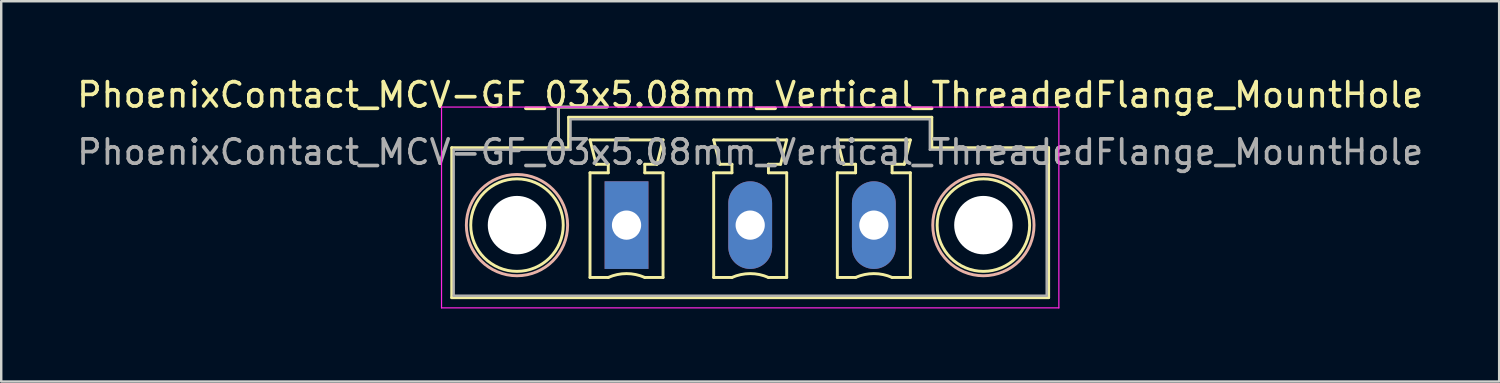
<source format=kicad_pcb>
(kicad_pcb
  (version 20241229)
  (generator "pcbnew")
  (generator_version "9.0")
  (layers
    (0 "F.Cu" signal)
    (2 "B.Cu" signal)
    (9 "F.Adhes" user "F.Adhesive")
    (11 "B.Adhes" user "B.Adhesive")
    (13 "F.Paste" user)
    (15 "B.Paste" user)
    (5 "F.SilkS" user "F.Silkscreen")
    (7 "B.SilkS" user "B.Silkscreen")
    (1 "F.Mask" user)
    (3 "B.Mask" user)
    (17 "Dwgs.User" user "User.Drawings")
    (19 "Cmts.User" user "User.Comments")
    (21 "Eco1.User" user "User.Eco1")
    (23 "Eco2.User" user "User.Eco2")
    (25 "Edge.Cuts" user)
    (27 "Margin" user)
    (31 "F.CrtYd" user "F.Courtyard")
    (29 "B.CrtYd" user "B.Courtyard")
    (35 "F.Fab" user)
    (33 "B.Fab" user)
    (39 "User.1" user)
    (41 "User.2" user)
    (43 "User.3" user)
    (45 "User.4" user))
  (footprint "PhoenixContact_MCV-GF_03x5.08mm_Vertical_ThreadedFlange_MountHole"
    (layer "F.Cu")
    (at 22.688 6.198)
    (property "Reference" "PhoenixContact_MCV-GF_03x5.08mm_Vertical_ThreadedFlange_MountHole" (at 5.08 -5.35 0) (layer "F.SilkS") (effects (font (size 1 1) (thickness 0.15))))
    (attr through_hole)
    (fp_line (start -7.18 -3.18) (end -7.18 2.98) (stroke (width 0.12) (type solid)) (layer "F.SilkS"))
    (fp_line (start -7.18 2.98) (end 17.34 2.98) (stroke (width 0.12) (type solid)) (layer "F.SilkS"))
    (fp_line (start -2.8 -4.85) (end -0.8 -4.85) (stroke (width 0.12) (type solid)) (layer "F.SilkS"))
    (fp_line (start -2.8 -3.6) (end -2.8 -4.85) (stroke (width 0.12) (type solid)) (layer "F.SilkS"))
    (fp_line (start -2.38 -4.43) (end -2.38 -3.18) (stroke (width 0.12) (type solid)) (layer "F.SilkS"))
    (fp_line (start -2.38 -3.18) (end -7.18 -3.18) (stroke (width 0.12) (type solid)) (layer "F.SilkS"))
    (fp_line (start -1.5 -3.5) (end 1.5 -3.5) (stroke (width 0.12) (type solid)) (layer "F.SilkS"))
    (fp_line (start -1.5 -2.15) (end -0.75 -2.15) (stroke (width 0.12) (type solid)) (layer "F.SilkS"))
    (fp_line (start -1.5 2.15) (end -1.5 -2.15) (stroke (width 0.12) (type solid)) (layer "F.SilkS"))
    (fp_line (start -1.25 -2.5) (end -1.5 -3.5) (stroke (width 0.12) (type solid)) (layer "F.SilkS"))
    (fp_line (start -0.75 -2.5) (end -1.25 -2.5) (stroke (width 0.12) (type solid)) (layer "F.SilkS"))
    (fp_line (start -0.75 -2.15) (end -0.75 -2.5) (stroke (width 0.12) (type solid)) (layer "F.SilkS"))
    (fp_line (start -0.75 2.15) (end -1.5 2.15) (stroke (width 0.12) (type solid)) (layer "F.SilkS"))
    (fp_line (start 0.75 -2.5) (end 0.75 -2.15) (stroke (width 0.12) (type solid)) (layer "F.SilkS"))
    (fp_line (start 0.75 -2.15) (end 1.5 -2.15) (stroke (width 0.12) (type solid)) (layer "F.SilkS"))
    (fp_line (start 1.25 -2.5) (end 0.75 -2.5) (stroke (width 0.12) (type solid)) (layer "F.SilkS"))
    (fp_line (start 1.5 -3.5) (end 1.25 -2.5) (stroke (width 0.12) (type solid)) (layer "F.SilkS"))
    (fp_line (start 1.5 -2.15) (end 1.5 2.15) (stroke (width 0.12) (type solid)) (layer "F.SilkS"))
    (fp_line (start 1.5 2.15) (end 0.75 2.15) (stroke (width 0.12) (type solid)) (layer "F.SilkS"))
    (fp_line (start 3.58 -3.5) (end 6.58 -3.5) (stroke (width 0.12) (type solid)) (layer "F.SilkS"))
    (fp_line (start 3.58 -2.15) (end 4.33 -2.15) (stroke (width 0.12) (type solid)) (layer "F.SilkS"))
    (fp_line (start 3.58 2.15) (end 3.58 -2.15) (stroke (width 0.12) (type solid)) (layer "F.SilkS"))
    (fp_line (start 3.83 -2.5) (end 3.58 -3.5) (stroke (width 0.12) (type solid)) (layer "F.SilkS"))
    (fp_line (start 4.33 -2.5) (end 3.83 -2.5) (stroke (width 0.12) (type solid)) (layer "F.SilkS"))
    (fp_line (start 4.33 -2.15) (end 4.33 -2.5) (stroke (width 0.12) (type solid)) (layer "F.SilkS"))
    (fp_line (start 4.33 2.15) (end 3.58 2.15) (stroke (width 0.12) (type solid)) (layer "F.SilkS"))
    (fp_line (start 5.83 -2.5) (end 5.83 -2.15) (stroke (width 0.12) (type solid)) (layer "F.SilkS"))
    (fp_line (start 5.83 -2.15) (end 6.58 -2.15) (stroke (width 0.12) (type solid)) (layer "F.SilkS"))
    (fp_line (start 6.33 -2.5) (end 5.83 -2.5) (stroke (width 0.12) (type solid)) (layer "F.SilkS"))
    (fp_line (start 6.58 -3.5) (end 6.33 -2.5) (stroke (width 0.12) (type solid)) (layer "F.SilkS"))
    (fp_line (start 6.58 -2.15) (end 6.58 2.15) (stroke (width 0.12) (type solid)) (layer "F.SilkS"))
    (fp_line (start 6.58 2.15) (end 5.83 2.15) (stroke (width 0.12) (type solid)) (layer "F.SilkS"))
    (fp_line (start 8.66 -3.5) (end 11.66 -3.5) (stroke (width 0.12) (type solid)) (layer "F.SilkS"))
    (fp_line (start 8.66 -2.15) (end 9.41 -2.15) (stroke (width 0.12) (type solid)) (layer "F.SilkS"))
    (fp_line (start 8.66 2.15) (end 8.66 -2.15) (stroke (width 0.12) (type solid)) (layer "F.SilkS"))
    (fp_line (start 8.91 -2.5) (end 8.66 -3.5) (stroke (width 0.12) (type solid)) (layer "F.SilkS"))
    (fp_line (start 9.41 -2.5) (end 8.91 -2.5) (stroke (width 0.12) (type solid)) (layer "F.SilkS"))
    (fp_line (start 9.41 -2.15) (end 9.41 -2.5) (stroke (width 0.12) (type solid)) (layer "F.SilkS"))
    (fp_line (start 9.41 2.15) (end 8.66 2.15) (stroke (width 0.12) (type solid)) (layer "F.SilkS"))
    (fp_line (start 10.91 -2.5) (end 10.91 -2.15) (stroke (width 0.12) (type solid)) (layer "F.SilkS"))
    (fp_line (start 10.91 -2.15) (end 11.66 -2.15) (stroke (width 0.12) (type solid)) (layer "F.SilkS"))
    (fp_line (start 11.41 -2.5) (end 10.91 -2.5) (stroke (width 0.12) (type solid)) (layer "F.SilkS"))
    (fp_line (start 11.66 -3.5) (end 11.41 -2.5) (stroke (width 0.12) (type solid)) (layer "F.SilkS"))
    (fp_line (start 11.66 -2.15) (end 11.66 2.15) (stroke (width 0.12) (type solid)) (layer "F.SilkS"))
    (fp_line (start 11.66 2.15) (end 10.91 2.15) (stroke (width 0.12) (type solid)) (layer "F.SilkS"))
    (fp_line (start 12.54 -4.43) (end -2.38 -4.43) (stroke (width 0.12) (type solid)) (layer "F.SilkS"))
    (fp_line (start 12.54 -3.18) (end 12.54 -4.43) (stroke (width 0.12) (type solid)) (layer "F.SilkS"))
    (fp_line (start 17.34 -3.18) (end 12.54 -3.18) (stroke (width 0.12) (type solid)) (layer "F.SilkS"))
    (fp_line (start 17.34 2.98) (end 17.34 -3.18) (stroke (width 0.12) (type solid)) (layer "F.SilkS"))
    (fp_arc (start -0.75 2.15) (mid -0.000193 1.99191) (end 0.749647 2.149844) (stroke (width 0.12) (type solid)) (layer "F.SilkS"))
    (fp_arc (start 4.33 2.15) (mid 5.079807 1.99191) (end 5.829647 2.149844) (stroke (width 0.12) (type solid)) (layer "F.SilkS"))
    (fp_arc (start 9.41 2.15) (mid 10.159807 1.99191) (end 10.909647 2.149844) (stroke (width 0.12) (type solid)) (layer "F.SilkS"))
    (fp_circle (center -4.5 0) (end -2.6 0) (stroke (width 0.12) (type solid)) (fill no) (layer "F.SilkS"))
    (fp_circle (center 14.66 0) (end 16.56 0) (stroke (width 0.12) (type solid)) (fill no) (layer "F.SilkS"))
    (fp_circle (center -4.5 0) (end -2.42 0) (stroke (width 0.12) (type solid)) (fill no) (layer "B.SilkS"))
    (fp_circle (center 14.66 0) (end 16.74 0) (stroke (width 0.12) (type solid)) (fill no) (layer "B.SilkS"))
    (fp_line (start -7.6 -4.85) (end -7.6 3.4) (stroke (width 0.05) (type solid)) (layer "F.CrtYd"))
    (fp_line (start -7.6 3.4) (end 17.76 3.4) (stroke (width 0.05) (type solid)) (layer "F.CrtYd"))
    (fp_line (start 17.76 -4.85) (end -7.6 -4.85) (stroke (width 0.05) (type solid)) (layer "F.CrtYd"))
    (fp_line (start 17.76 3.4) (end 17.76 -4.85) (stroke (width 0.05) (type solid)) (layer "F.CrtYd"))
    (fp_line (start -7.1 -3.1) (end -7.1 2.9) (stroke (width 0.1) (type solid)) (layer "F.Fab"))
    (fp_line (start -7.1 2.9) (end 17.26 2.9) (stroke (width 0.1) (type solid)) (layer "F.Fab"))
    (fp_line (start -2.8 -4.85) (end -0.8 -4.85) (stroke (width 0.1) (type solid)) (layer "F.Fab"))
    (fp_line (start -2.8 -3.6) (end -2.8 -4.85) (stroke (width 0.1) (type solid)) (layer "F.Fab"))
    (fp_line (start -2.3 -4.35) (end -2.3 -3.1) (stroke (width 0.1) (type solid)) (layer "F.Fab"))
    (fp_line (start -2.3 -3.1) (end -7.1 -3.1) (stroke (width 0.1) (type solid)) (layer "F.Fab"))
    (fp_line (start 12.46 -4.35) (end -2.3 -4.35) (stroke (width 0.1) (type solid)) (layer "F.Fab"))
    (fp_line (start 12.46 -3.1) (end 12.46 -4.35) (stroke (width 0.1) (type solid)) (layer "F.Fab"))
    (fp_line (start 17.26 -3.1) (end 12.46 -3.1) (stroke (width 0.1) (type solid)) (layer "F.Fab"))
    (fp_line (start 17.26 2.9) (end 17.26 -3.1) (stroke (width 0.1) (type solid)) (layer "F.Fab"))
    (fp_text user "${REFERENCE}" (at 5.08 -3 0) (layer "F.Fab") (effects (font (size 1 1) (thickness 0.15))))
    (pad "" np_thru_hole circle (at -4.5 0) (size 2.4 2.4) (drill 2.4) (layers "*.Cu" "*.Mask"))
    (pad "" np_thru_hole circle (at 14.66 0) (size 2.4 2.4) (drill 2.4) (layers "*.Cu" "*.Mask"))
    (pad "1" thru_hole rect (at 0 0) (size 1.8 3.6) (drill 1.2) (layers "*.Cu" "*.Mask"))
    (pad "2" thru_hole oval (at 5.08 0) (size 1.8 3.6) (drill 1.2) (layers "*.Cu" "*.Mask"))
    (pad "3" thru_hole oval (at 10.16 0) (size 1.8 3.6) (drill 1.2) (layers "*.Cu" "*.Mask")))
  (gr_rect
    (start -3 -3)
    (end 58.536 12.623)
    (stroke (width 0.1) (type default))
    (fill no)
    (layer "Edge.Cuts")))
</source>
